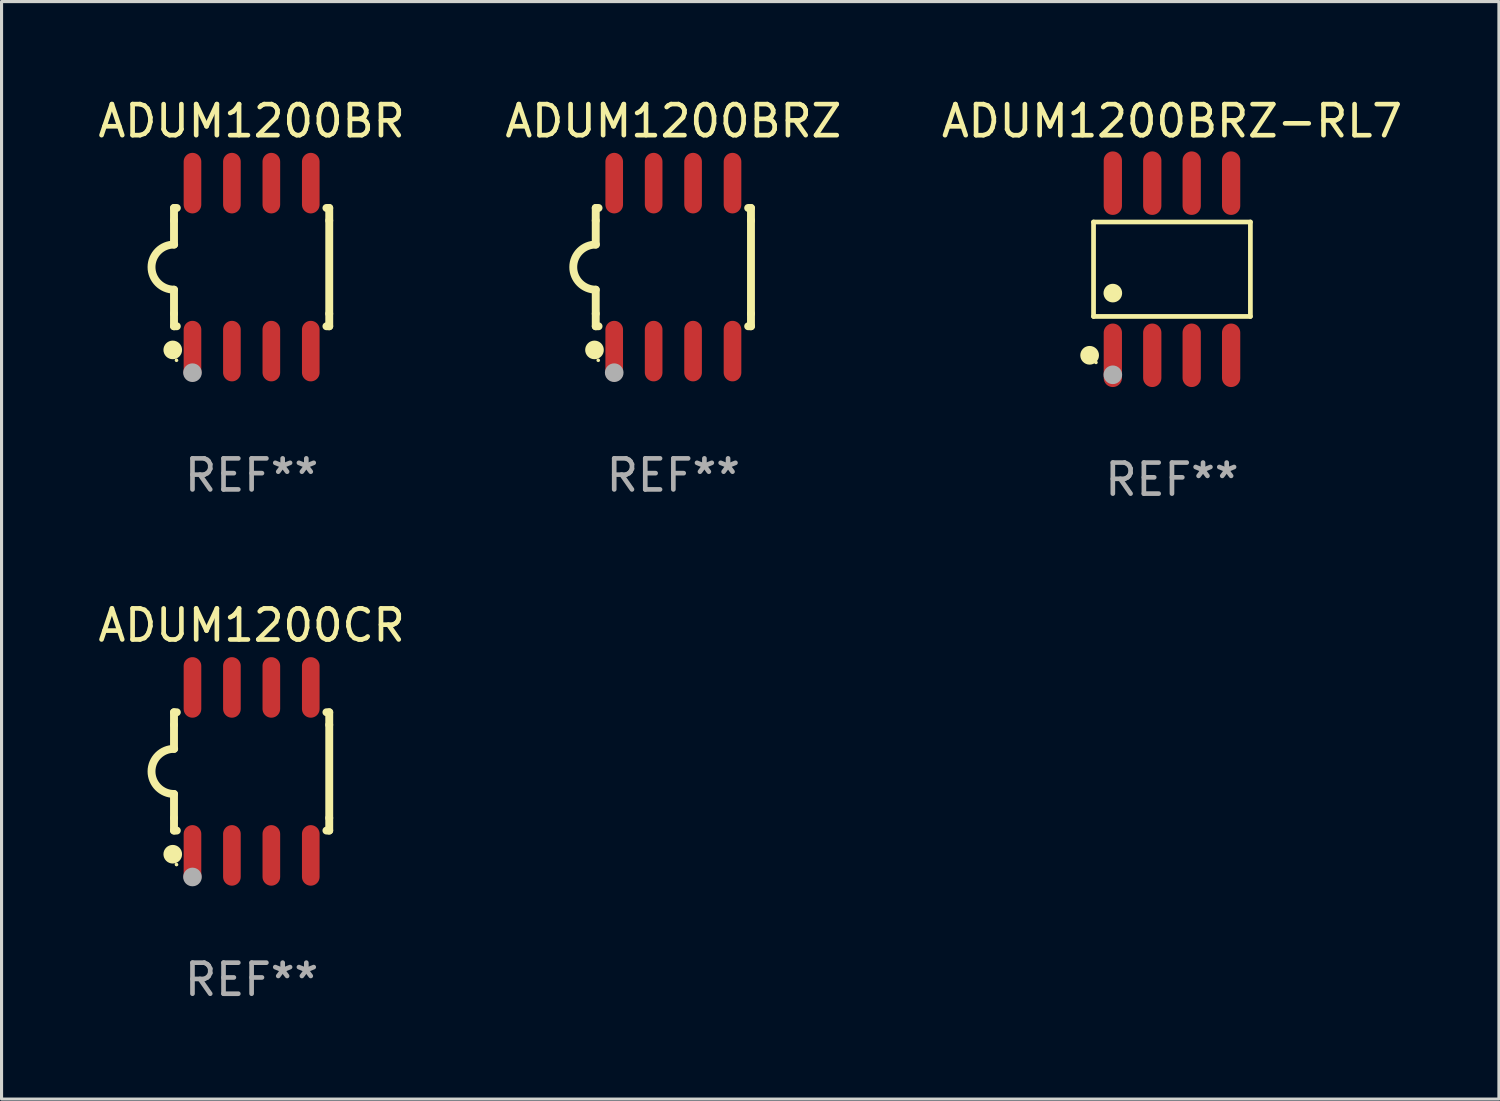
<source format=kicad_pcb>
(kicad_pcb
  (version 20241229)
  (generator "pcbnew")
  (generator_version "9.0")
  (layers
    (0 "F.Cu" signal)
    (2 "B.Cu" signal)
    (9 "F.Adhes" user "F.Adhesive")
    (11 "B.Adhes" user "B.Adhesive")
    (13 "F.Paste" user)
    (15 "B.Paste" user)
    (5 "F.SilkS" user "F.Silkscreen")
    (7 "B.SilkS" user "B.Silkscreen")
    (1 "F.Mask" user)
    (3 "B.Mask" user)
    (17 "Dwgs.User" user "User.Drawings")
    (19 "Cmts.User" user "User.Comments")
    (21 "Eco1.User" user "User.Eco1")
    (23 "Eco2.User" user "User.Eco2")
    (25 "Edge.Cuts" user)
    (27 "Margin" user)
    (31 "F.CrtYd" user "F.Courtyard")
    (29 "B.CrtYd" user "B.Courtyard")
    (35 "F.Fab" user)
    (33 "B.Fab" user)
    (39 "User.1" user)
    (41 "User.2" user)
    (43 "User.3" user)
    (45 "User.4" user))
  (footprint "ADUM1200BR"
    (layer "F.Cu")
    (at 5.054 5.553)
    (property "Reference" "ADUM1200BR" (at 0 -4.705 0) (layer "F.SilkS") (effects (font (size 1 1) (thickness 0.15))))
    (attr through_hole)
    (fp_line (start -2.5 -1.905) (end -2.409 -1.905) (stroke (width 0.254) (type solid)) (layer "F.SilkS"))
    (fp_line (start -2.5 -1.5) (end -2.5 -1.905) (stroke (width 0.254) (type solid)) (layer "F.SilkS"))
    (fp_line (start -2.5 -1.5) (end -2.5 -0.726) (stroke (width 0.254) (type solid)) (layer "F.SilkS"))
    (fp_line (start -2.5 1.5) (end -2.5 0.727) (stroke (width 0.254) (type solid)) (layer "F.SilkS"))
    (fp_line (start -2.5 1.5) (end -2.5 1.905) (stroke (width 0.254) (type solid)) (layer "F.SilkS"))
    (fp_line (start -2.5 1.905) (end -2.409 1.905) (stroke (width 0.254) (type solid)) (layer "F.SilkS"))
    (fp_line (start 2.5 -1.905) (end 2.409 -1.905) (stroke (width 0.254) (type solid)) (layer "F.SilkS"))
    (fp_line (start 2.5 -1.5) (end 2.5 -1.905) (stroke (width 0.254) (type solid)) (layer "F.SilkS"))
    (fp_line (start 2.5 -1.5) (end 2.5 1.5) (stroke (width 0.254) (type solid)) (layer "F.SilkS"))
    (fp_line (start 2.5 1.5) (end 2.5 1.905) (stroke (width 0.254) (type solid)) (layer "F.SilkS"))
    (fp_line (start 2.5 1.905) (end 2.409 1.905) (stroke (width 0.254) (type solid)) (layer "F.SilkS"))
    (fp_arc (start -2.5 0.726568) (mid -3.220316 -0.0023) (end -2.495097 -0.726289) (stroke (width 0.254001) (type solid)) (layer "F.SilkS"))
    (fp_circle (center -2.54 2.667) (end -2.39 2.667) (stroke (width 0.3) (type solid)) (fill no) (layer "F.SilkS"))
    (fp_circle (center -2.42 3) (end -2.39 3) (stroke (width 0.06) (type solid)) (fill no) (layer "F.SilkS"))
    (fp_circle (center -1.905 3.4) (end -1.755 3.4) (stroke (width 0.3) (type solid)) (fill no) (layer "F.Fab"))
    (fp_text user "REF**" (at 0 6.705 0) (layer "F.Fab") (effects (font (size 1 1) (thickness 0.15))))
    (pad "1" smd oval (at -1.905 2.705) (size 0.568 1.95) (layers "F.Cu" "F.Mask" "F.Paste"))
    (pad "2" smd oval (at -0.635 2.705) (size 0.568 1.95) (layers "F.Cu" "F.Mask" "F.Paste"))
    (pad "3" smd oval (at 0.635 2.705) (size 0.568 1.95) (layers "F.Cu" "F.Mask" "F.Paste"))
    (pad "4" smd oval (at 1.905 2.705) (size 0.568 1.95) (layers "F.Cu" "F.Mask" "F.Paste"))
    (pad "5" smd oval (at 1.905 -2.705) (size 0.568 1.95) (layers "F.Cu" "F.Mask" "F.Paste"))
    (pad "6" smd oval (at 0.635 -2.705) (size 0.568 1.95) (layers "F.Cu" "F.Mask" "F.Paste"))
    (pad "7" smd oval (at -0.635 -2.705) (size 0.568 1.95) (layers "F.Cu" "F.Mask" "F.Paste"))
    (pad "8" smd oval (at -1.905 -2.705) (size 0.568 1.95) (layers "F.Cu" "F.Mask" "F.Paste")))
  (footprint "ADUM1200BRZ"
    (layer "F.Cu")
    (at 18.637 5.553)
    (property "Reference" "ADUM1200BRZ" (at 0 -4.705 0) (layer "F.SilkS") (effects (font (size 1 1) (thickness 0.15))))
    (attr through_hole)
    (fp_line (start -2.5 -1.905) (end -2.409 -1.905) (stroke (width 0.254) (type solid)) (layer "F.SilkS"))
    (fp_line (start -2.5 -1.5) (end -2.5 -1.905) (stroke (width 0.254) (type solid)) (layer "F.SilkS"))
    (fp_line (start -2.5 -1.5) (end -2.5 -0.726) (stroke (width 0.254) (type solid)) (layer "F.SilkS"))
    (fp_line (start -2.5 1.5) (end -2.5 0.727) (stroke (width 0.254) (type solid)) (layer "F.SilkS"))
    (fp_line (start -2.5 1.5) (end -2.5 1.905) (stroke (width 0.254) (type solid)) (layer "F.SilkS"))
    (fp_line (start -2.5 1.905) (end -2.409 1.905) (stroke (width 0.254) (type solid)) (layer "F.SilkS"))
    (fp_line (start 2.5 -1.905) (end 2.409 -1.905) (stroke (width 0.254) (type solid)) (layer "F.SilkS"))
    (fp_line (start 2.5 -1.5) (end 2.5 -1.905) (stroke (width 0.254) (type solid)) (layer "F.SilkS"))
    (fp_line (start 2.5 -1.5) (end 2.5 1.5) (stroke (width 0.254) (type solid)) (layer "F.SilkS"))
    (fp_line (start 2.5 1.5) (end 2.5 1.905) (stroke (width 0.254) (type solid)) (layer "F.SilkS"))
    (fp_line (start 2.5 1.905) (end 2.409 1.905) (stroke (width 0.254) (type solid)) (layer "F.SilkS"))
    (fp_arc (start -2.5 0.726568) (mid -3.220316 -0.0023) (end -2.495097 -0.726289) (stroke (width 0.254001) (type solid)) (layer "F.SilkS"))
    (fp_circle (center -2.54 2.667) (end -2.39 2.667) (stroke (width 0.3) (type solid)) (fill no) (layer "F.SilkS"))
    (fp_circle (center -2.42 3) (end -2.39 3) (stroke (width 0.06) (type solid)) (fill no) (layer "F.SilkS"))
    (fp_circle (center -1.905 3.4) (end -1.755 3.4) (stroke (width 0.3) (type solid)) (fill no) (layer "F.Fab"))
    (fp_text user "REF**" (at 0 6.705 0) (layer "F.Fab") (effects (font (size 1 1) (thickness 0.15))))
    (pad "1" smd oval (at -1.905 2.705) (size 0.568 1.95) (layers "F.Cu" "F.Mask" "F.Paste"))
    (pad "2" smd oval (at -0.635 2.705) (size 0.568 1.95) (layers "F.Cu" "F.Mask" "F.Paste"))
    (pad "3" smd oval (at 0.635 2.705) (size 0.568 1.95) (layers "F.Cu" "F.Mask" "F.Paste"))
    (pad "4" smd oval (at 1.905 2.705) (size 0.568 1.95) (layers "F.Cu" "F.Mask" "F.Paste"))
    (pad "5" smd oval (at 1.905 -2.705) (size 0.568 1.95) (layers "F.Cu" "F.Mask" "F.Paste"))
    (pad "6" smd oval (at 0.635 -2.705) (size 0.568 1.95) (layers "F.Cu" "F.Mask" "F.Paste"))
    (pad "7" smd oval (at -0.635 -2.705) (size 0.568 1.95) (layers "F.Cu" "F.Mask" "F.Paste"))
    (pad "8" smd oval (at -1.905 -2.705) (size 0.568 1.95) (layers "F.Cu" "F.Mask" "F.Paste")))
  (footprint "ADUM1200BRZ-RL7"
    (layer "F.Cu")
    (at 34.696 5.621)
    (property "Reference" "ADUM1200BRZ-RL7" (at 0 -4.772 0) (layer "F.SilkS") (effects (font (size 1 1) (thickness 0.15))))
    (attr through_hole)
    (fp_line (start -2.526 -1.521) (end 2.526 -1.521) (stroke (width 0.152) (type solid)) (layer "F.SilkS"))
    (fp_line (start -2.526 1.521) (end -2.526 -1.521) (stroke (width 0.152) (type solid)) (layer "F.SilkS"))
    (fp_line (start 2.526 -1.521) (end 2.526 1.521) (stroke (width 0.152) (type solid)) (layer "F.SilkS"))
    (fp_line (start 2.526 1.521) (end -2.526 1.521) (stroke (width 0.152) (type solid)) (layer "F.SilkS"))
    (fp_circle (center -2.652 2.772) (end -2.501 2.772) (stroke (width 0.3) (type solid)) (fill no) (layer "F.SilkS"))
    (fp_circle (center -2.45 3) (end -2.42 3) (stroke (width 0.06) (type solid)) (fill no) (layer "F.SilkS"))
    (fp_circle (center -1.905 0.769) (end -1.755 0.769) (stroke (width 0.3) (type solid)) (fill no) (layer "F.SilkS"))
    (fp_circle (center -1.905 3.4) (end -1.755 3.4) (stroke (width 0.3) (type solid)) (fill no) (layer "F.Fab"))
    (fp_text user "REF**" (at 0 6.772 0) (layer "F.Fab") (effects (font (size 1 1) (thickness 0.15))))
    (pad "1" smd oval (at -1.905 2.772) (size 0.588 2.045) (layers "F.Cu" "F.Mask" "F.Paste"))
    (pad "2" smd oval (at -0.635 2.772) (size 0.588 2.045) (layers "F.Cu" "F.Mask" "F.Paste"))
    (pad "3" smd oval (at 0.635 2.772) (size 0.588 2.045) (layers "F.Cu" "F.Mask" "F.Paste"))
    (pad "4" smd oval (at 1.905 2.772) (size 0.588 2.045) (layers "F.Cu" "F.Mask" "F.Paste"))
    (pad "5" smd oval (at 1.905 -2.772) (size 0.588 2.045) (layers "F.Cu" "F.Mask" "F.Paste"))
    (pad "6" smd oval (at 0.635 -2.772) (size 0.588 2.045) (layers "F.Cu" "F.Mask" "F.Paste"))
    (pad "7" smd oval (at -0.635 -2.772) (size 0.588 2.045) (layers "F.Cu" "F.Mask" "F.Paste"))
    (pad "8" smd oval (at -1.905 -2.772) (size 0.588 2.045) (layers "F.Cu" "F.Mask" "F.Paste")))
  (footprint "ADUM1200CR"
    (layer "F.Cu")
    (at 5.054 21.795)
    (property "Reference" "ADUM1200CR" (at 0 -4.705 0) (layer "F.SilkS") (effects (font (size 1 1) (thickness 0.15))))
    (attr through_hole)
    (fp_line (start -2.5 -1.905) (end -2.409 -1.905) (stroke (width 0.254) (type solid)) (layer "F.SilkS"))
    (fp_line (start -2.5 -1.5) (end -2.5 -1.905) (stroke (width 0.254) (type solid)) (layer "F.SilkS"))
    (fp_line (start -2.5 -1.5) (end -2.5 -0.726) (stroke (width 0.254) (type solid)) (layer "F.SilkS"))
    (fp_line (start -2.5 1.5) (end -2.5 0.727) (stroke (width 0.254) (type solid)) (layer "F.SilkS"))
    (fp_line (start -2.5 1.5) (end -2.5 1.905) (stroke (width 0.254) (type solid)) (layer "F.SilkS"))
    (fp_line (start -2.5 1.905) (end -2.409 1.905) (stroke (width 0.254) (type solid)) (layer "F.SilkS"))
    (fp_line (start 2.5 -1.905) (end 2.409 -1.905) (stroke (width 0.254) (type solid)) (layer "F.SilkS"))
    (fp_line (start 2.5 -1.5) (end 2.5 -1.905) (stroke (width 0.254) (type solid)) (layer "F.SilkS"))
    (fp_line (start 2.5 -1.5) (end 2.5 1.5) (stroke (width 0.254) (type solid)) (layer "F.SilkS"))
    (fp_line (start 2.5 1.5) (end 2.5 1.905) (stroke (width 0.254) (type solid)) (layer "F.SilkS"))
    (fp_line (start 2.5 1.905) (end 2.409 1.905) (stroke (width 0.254) (type solid)) (layer "F.SilkS"))
    (fp_arc (start -2.5 0.726568) (mid -3.220316 -0.0023) (end -2.495097 -0.726289) (stroke (width 0.254001) (type solid)) (layer "F.SilkS"))
    (fp_circle (center -2.54 2.667) (end -2.39 2.667) (stroke (width 0.3) (type solid)) (fill no) (layer "F.SilkS"))
    (fp_circle (center -2.42 3) (end -2.39 3) (stroke (width 0.06) (type solid)) (fill no) (layer "F.SilkS"))
    (fp_circle (center -1.905 3.4) (end -1.755 3.4) (stroke (width 0.3) (type solid)) (fill no) (layer "F.Fab"))
    (fp_text user "REF**" (at 0 6.705 0) (layer "F.Fab") (effects (font (size 1 1) (thickness 0.15))))
    (pad "1" smd oval (at -1.905 2.705) (size 0.568 1.95) (layers "F.Cu" "F.Mask" "F.Paste"))
    (pad "2" smd oval (at -0.635 2.705) (size 0.568 1.95) (layers "F.Cu" "F.Mask" "F.Paste"))
    (pad "3" smd oval (at 0.635 2.705) (size 0.568 1.95) (layers "F.Cu" "F.Mask" "F.Paste"))
    (pad "4" smd oval (at 1.905 2.705) (size 0.568 1.95) (layers "F.Cu" "F.Mask" "F.Paste"))
    (pad "5" smd oval (at 1.905 -2.705) (size 0.568 1.95) (layers "F.Cu" "F.Mask" "F.Paste"))
    (pad "6" smd oval (at 0.635 -2.705) (size 0.568 1.95) (layers "F.Cu" "F.Mask" "F.Paste"))
    (pad "7" smd oval (at -0.635 -2.705) (size 0.568 1.95) (layers "F.Cu" "F.Mask" "F.Paste"))
    (pad "8" smd oval (at -1.905 -2.705) (size 0.568 1.95) (layers "F.Cu" "F.Mask" "F.Paste")))
  (gr_rect
    (start -3 -3)
    (end 45.226 32.348)
    (stroke (width 0.1) (type default))
    (fill no)
    (layer "Edge.Cuts")))
</source>
